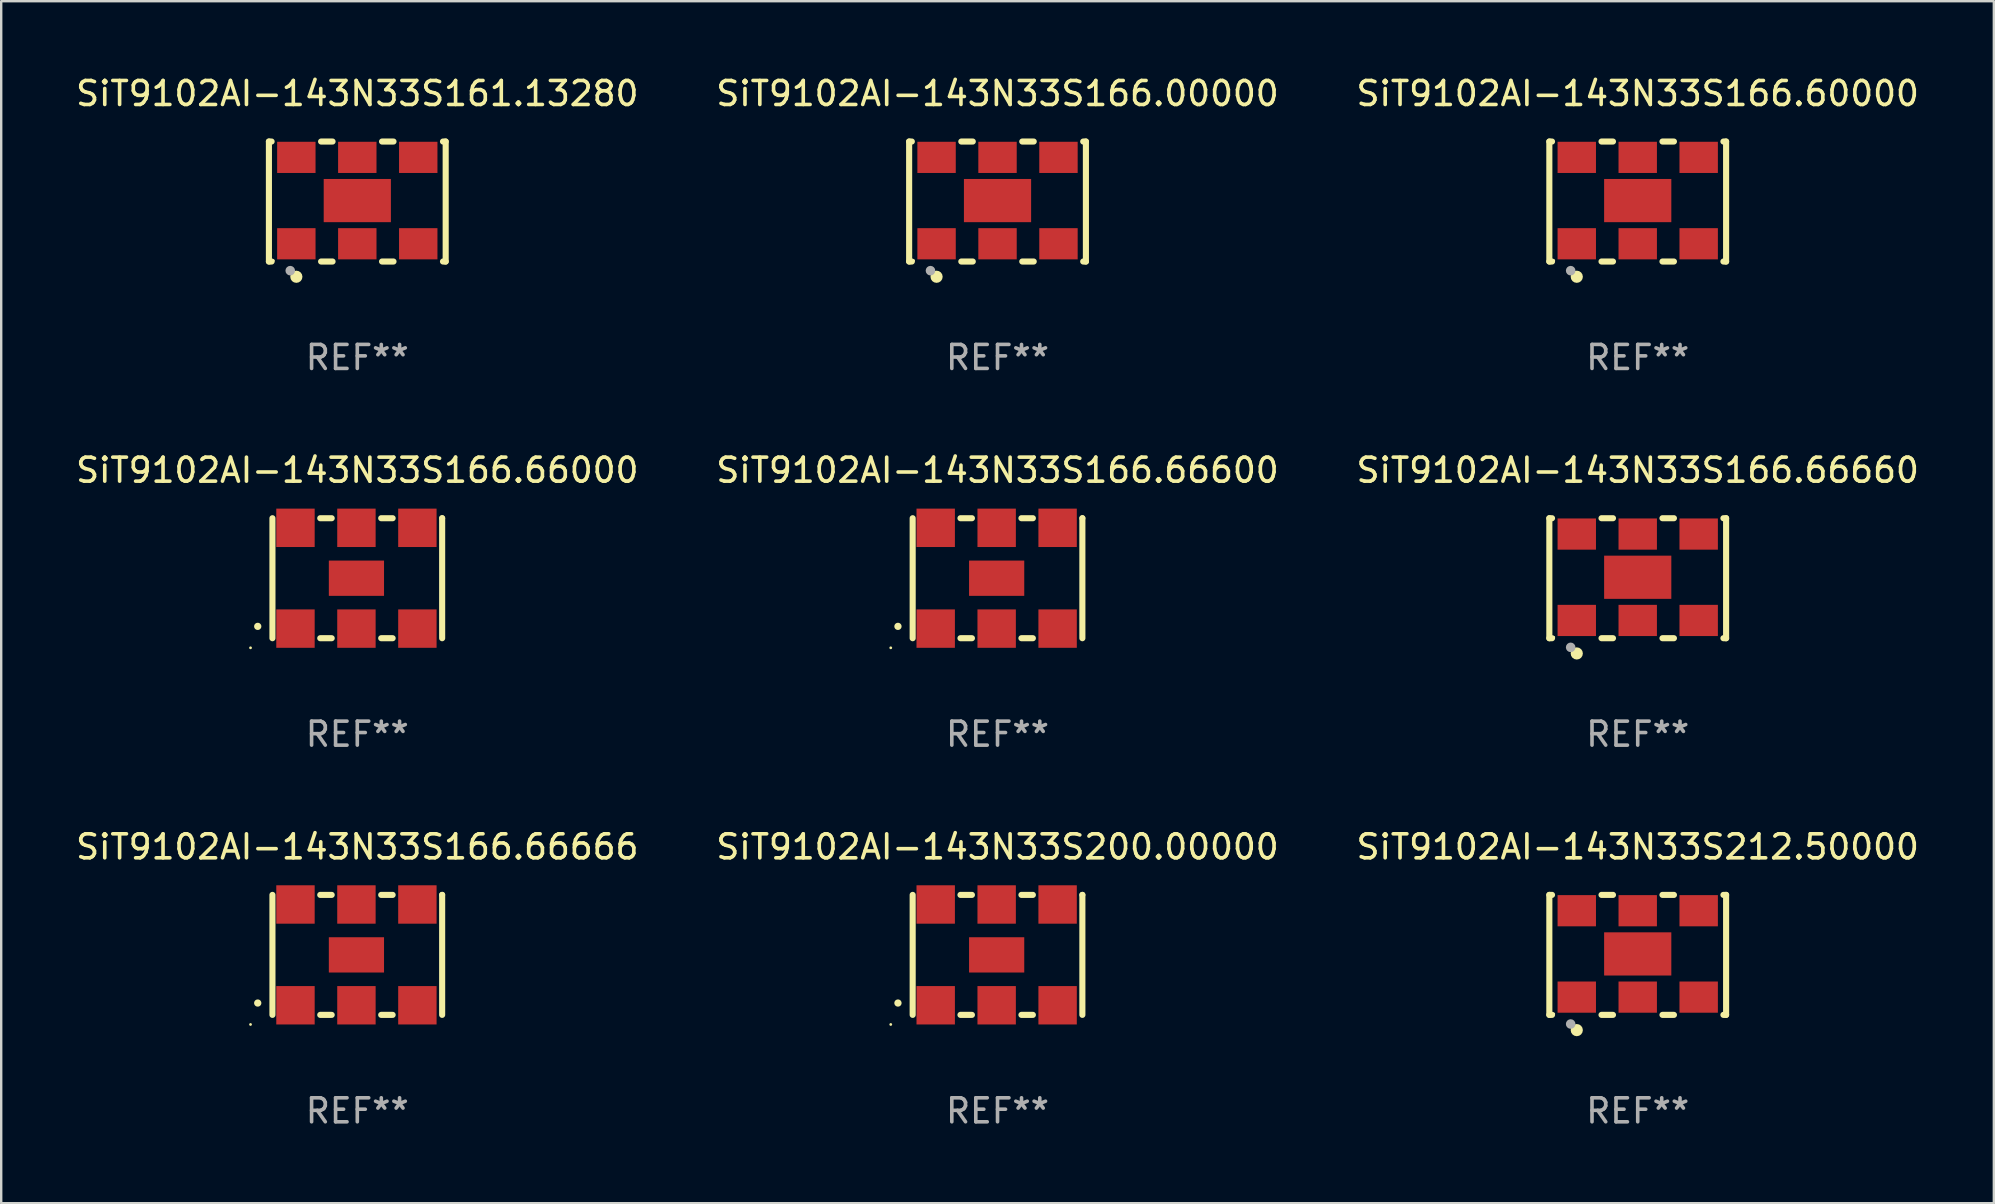
<source format=kicad_pcb>
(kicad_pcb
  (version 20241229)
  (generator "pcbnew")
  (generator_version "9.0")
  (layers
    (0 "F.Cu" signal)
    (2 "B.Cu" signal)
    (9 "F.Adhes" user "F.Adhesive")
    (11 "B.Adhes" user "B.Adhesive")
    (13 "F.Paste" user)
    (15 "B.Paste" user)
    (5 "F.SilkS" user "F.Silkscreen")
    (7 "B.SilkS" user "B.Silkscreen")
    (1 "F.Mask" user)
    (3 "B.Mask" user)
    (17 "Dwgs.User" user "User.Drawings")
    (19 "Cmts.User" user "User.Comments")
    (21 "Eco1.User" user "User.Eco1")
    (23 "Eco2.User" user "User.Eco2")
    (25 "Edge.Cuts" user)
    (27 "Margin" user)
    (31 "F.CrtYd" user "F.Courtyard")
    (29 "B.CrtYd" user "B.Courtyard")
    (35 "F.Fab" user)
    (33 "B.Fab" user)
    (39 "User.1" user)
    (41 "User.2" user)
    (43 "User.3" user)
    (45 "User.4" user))
  (footprint "SiT9102AI-143N33S212.50000"
    (layer "F.Cu")
    (at 65.196 36.741)
    (property "Reference" "SiT9102AI-143N33S212.50000" (at 0 -4.5 0) (layer "F.SilkS") (effects (font (size 1 1) (thickness 0.15))))
    (attr through_hole)
    (fp_line (start -3.683 -2.5) (end -3.571 -2.5) (stroke (width 0.254) (type solid)) (layer "F.SilkS"))
    (fp_line (start -3.683 2.5) (end -3.683 -2.5) (stroke (width 0.254) (type solid)) (layer "F.SilkS"))
    (fp_line (start -3.683 2.5) (end -3.571 2.5) (stroke (width 0.254) (type solid)) (layer "F.SilkS"))
    (fp_line (start -1.509 -2.5) (end -1.031 -2.5) (stroke (width 0.254) (type solid)) (layer "F.SilkS"))
    (fp_line (start -1.509 2.5) (end -1.031 2.5) (stroke (width 0.254) (type solid)) (layer "F.SilkS"))
    (fp_line (start 1.031 -2.5) (end 1.509 -2.5) (stroke (width 0.254) (type solid)) (layer "F.SilkS"))
    (fp_line (start 1.031 2.5) (end 1.509 2.5) (stroke (width 0.254) (type solid)) (layer "F.SilkS"))
    (fp_line (start 3.571 -2.5) (end 3.683 -2.5) (stroke (width 0.254) (type solid)) (layer "F.SilkS"))
    (fp_line (start 3.571 2.5) (end 3.683 2.5) (stroke (width 0.254) (type solid)) (layer "F.SilkS"))
    (fp_line (start 3.683 2.5) (end 3.683 -2.5) (stroke (width 0.254) (type solid)) (layer "F.SilkS"))
    (fp_circle (center -3.5 2.46) (end -3.47 2.46) (stroke (width 0.06) (type solid)) (fill no) (layer "F.SilkS"))
    (fp_circle (center -2.54 3.135) (end -2.413 3.135) (stroke (width 0.254) (type solid)) (fill no) (layer "F.SilkS"))
    (fp_circle (center -2.794 2.881) (end -2.694 2.881) (stroke (width 0.2) (type solid)) (fill no) (layer "F.Fab"))
    (fp_text user "REF**" (at 0 6.5 0) (layer "F.Fab") (effects (font (size 1 1) (thickness 0.15))))
    (pad "1" smd rect (at -2.54 1.76) (size 1.6 1.3) (layers "F.Cu" "F.Mask" "F.Paste"))
    (pad "2" smd rect (at 0 1.76) (size 1.6 1.3) (layers "F.Cu" "F.Mask" "F.Paste"))
    (pad "3" smd rect (at 2.54 1.76) (size 1.6 1.3) (layers "F.Cu" "F.Mask" "F.Paste"))
    (pad "4" smd rect (at 2.54 -1.84) (size 1.6 1.3) (layers "F.Cu" "F.Mask" "F.Paste"))
    (pad "5" smd rect (at 0 -1.84) (size 1.6 1.3) (layers "F.Cu" "F.Mask" "F.Paste"))
    (pad "6" smd rect (at -2.54 -1.84) (size 1.6 1.3) (layers "F.Cu" "F.Mask" "F.Paste"))
    (pad "7" smd rect (at 0 -0.04) (size 2.8 1.8) (layers "F.Cu" "F.Mask" "F.Paste")))
  (footprint "SiT9102AI-143N33S166.66600"
    (layer "F.Cu")
    (at 38.518 21.045)
    (property "Reference" "SiT9102AI-143N33S166.66600" (at 0 -4.5 0) (layer "F.SilkS") (effects (font (size 1 1) (thickness 0.15))))
    (attr through_hole)
    (fp_line (start -3.536 -2.5) (end -3.536 2.5) (stroke (width 0.254) (type solid)) (layer "F.SilkS"))
    (fp_line (start -1.544 2.5) (end -1.067 2.5) (stroke (width 0.254) (type solid)) (layer "F.SilkS"))
    (fp_line (start -1.067 -2.5) (end -1.544 -2.5) (stroke (width 0.254) (type solid)) (layer "F.SilkS"))
    (fp_line (start 0.996 2.5) (end 1.473 2.5) (stroke (width 0.254) (type solid)) (layer "F.SilkS"))
    (fp_line (start 1.473 -2.5) (end 0.996 -2.5) (stroke (width 0.254) (type solid)) (layer "F.SilkS"))
    (fp_line (start 3.536 -2.5) (end 3.536 -2.5) (stroke (width 0.254) (type solid)) (layer "F.SilkS"))
    (fp_line (start 3.536 2.5) (end 3.536 -2.5) (stroke (width 0.254) (type solid)) (layer "F.SilkS"))
    (fp_arc (start -4.150432 2.006604) (mid -4.149162 2.006599) (end -4.147892 2.006604) (stroke (width 0.3) (type solid)) (layer "F.SilkS"))
    (fp_circle (center -4.449 2.9) (end -4.419 2.9) (stroke (width 0.06) (type solid)) (fill no) (layer "F.SilkS"))
    (fp_text user "REF**" (at 0 6.5 0) (layer "F.Fab") (effects (font (size 1 1) (thickness 0.15))))
    (pad "1" smd rect (at -2.576 2.1) (size 1.6 1.6) (layers "F.Cu" "F.Mask" "F.Paste"))
    (pad "2" smd rect (at -0.036 2.1) (size 1.6 1.6) (layers "F.Cu" "F.Mask" "F.Paste"))
    (pad "3" smd rect (at 2.504 2.1) (size 1.6 1.6) (layers "F.Cu" "F.Mask" "F.Paste"))
    (pad "4" smd rect (at 2.504 -2.1) (size 1.6 1.6) (layers "F.Cu" "F.Mask" "F.Paste"))
    (pad "5" smd rect (at -0.036 -2.1) (size 1.6 1.6) (layers "F.Cu" "F.Mask" "F.Paste"))
    (pad "6" smd rect (at -2.576 -2.1) (size 1.6 1.6) (layers "F.Cu" "F.Mask" "F.Paste"))
    (pad "7" smd rect (at -0.036 0) (size 2.3 1.47) (layers "F.Cu" "F.Mask" "F.Paste")))
  (footprint "SiT9102AI-143N33S166.66666"
    (layer "F.Cu")
    (at 11.839 36.741)
    (property "Reference" "SiT9102AI-143N33S166.66666" (at 0 -4.5 0) (layer "F.SilkS") (effects (font (size 1 1) (thickness 0.15))))
    (attr through_hole)
    (fp_line (start -3.536 -2.5) (end -3.536 2.5) (stroke (width 0.254) (type solid)) (layer "F.SilkS"))
    (fp_line (start -1.544 2.5) (end -1.067 2.5) (stroke (width 0.254) (type solid)) (layer "F.SilkS"))
    (fp_line (start -1.067 -2.5) (end -1.544 -2.5) (stroke (width 0.254) (type solid)) (layer "F.SilkS"))
    (fp_line (start 0.996 2.5) (end 1.473 2.5) (stroke (width 0.254) (type solid)) (layer "F.SilkS"))
    (fp_line (start 1.473 -2.5) (end 0.996 -2.5) (stroke (width 0.254) (type solid)) (layer "F.SilkS"))
    (fp_line (start 3.536 -2.5) (end 3.536 -2.5) (stroke (width 0.254) (type solid)) (layer "F.SilkS"))
    (fp_line (start 3.536 2.5) (end 3.536 -2.5) (stroke (width 0.254) (type solid)) (layer "F.SilkS"))
    (fp_arc (start -4.150432 2.006604) (mid -4.149162 2.006599) (end -4.147892 2.006604) (stroke (width 0.3) (type solid)) (layer "F.SilkS"))
    (fp_circle (center -4.449 2.9) (end -4.419 2.9) (stroke (width 0.06) (type solid)) (fill no) (layer "F.SilkS"))
    (fp_text user "REF**" (at 0 6.5 0) (layer "F.Fab") (effects (font (size 1 1) (thickness 0.15))))
    (pad "1" smd rect (at -2.576 2.1) (size 1.6 1.6) (layers "F.Cu" "F.Mask" "F.Paste"))
    (pad "2" smd rect (at -0.036 2.1) (size 1.6 1.6) (layers "F.Cu" "F.Mask" "F.Paste"))
    (pad "3" smd rect (at 2.504 2.1) (size 1.6 1.6) (layers "F.Cu" "F.Mask" "F.Paste"))
    (pad "4" smd rect (at 2.504 -2.1) (size 1.6 1.6) (layers "F.Cu" "F.Mask" "F.Paste"))
    (pad "5" smd rect (at -0.036 -2.1) (size 1.6 1.6) (layers "F.Cu" "F.Mask" "F.Paste"))
    (pad "6" smd rect (at -2.576 -2.1) (size 1.6 1.6) (layers "F.Cu" "F.Mask" "F.Paste"))
    (pad "7" smd rect (at -0.036 0) (size 2.3 1.47) (layers "F.Cu" "F.Mask" "F.Paste")))
  (footprint "SiT9102AI-143N33S200.00000"
    (layer "F.Cu")
    (at 38.518 36.741)
    (property "Reference" "SiT9102AI-143N33S200.00000" (at 0 -4.5 0) (layer "F.SilkS") (effects (font (size 1 1) (thickness 0.15))))
    (attr through_hole)
    (fp_line (start -3.536 -2.5) (end -3.536 2.5) (stroke (width 0.254) (type solid)) (layer "F.SilkS"))
    (fp_line (start -1.544 2.5) (end -1.067 2.5) (stroke (width 0.254) (type solid)) (layer "F.SilkS"))
    (fp_line (start -1.067 -2.5) (end -1.544 -2.5) (stroke (width 0.254) (type solid)) (layer "F.SilkS"))
    (fp_line (start 0.996 2.5) (end 1.473 2.5) (stroke (width 0.254) (type solid)) (layer "F.SilkS"))
    (fp_line (start 1.473 -2.5) (end 0.996 -2.5) (stroke (width 0.254) (type solid)) (layer "F.SilkS"))
    (fp_line (start 3.536 -2.5) (end 3.536 -2.5) (stroke (width 0.254) (type solid)) (layer "F.SilkS"))
    (fp_line (start 3.536 2.5) (end 3.536 -2.5) (stroke (width 0.254) (type solid)) (layer "F.SilkS"))
    (fp_arc (start -4.150432 2.006604) (mid -4.149162 2.006599) (end -4.147892 2.006604) (stroke (width 0.3) (type solid)) (layer "F.SilkS"))
    (fp_circle (center -4.449 2.9) (end -4.419 2.9) (stroke (width 0.06) (type solid)) (fill no) (layer "F.SilkS"))
    (fp_text user "REF**" (at 0 6.5 0) (layer "F.Fab") (effects (font (size 1 1) (thickness 0.15))))
    (pad "1" smd rect (at -2.576 2.1) (size 1.6 1.6) (layers "F.Cu" "F.Mask" "F.Paste"))
    (pad "2" smd rect (at -0.036 2.1) (size 1.6 1.6) (layers "F.Cu" "F.Mask" "F.Paste"))
    (pad "3" smd rect (at 2.504 2.1) (size 1.6 1.6) (layers "F.Cu" "F.Mask" "F.Paste"))
    (pad "4" smd rect (at 2.504 -2.1) (size 1.6 1.6) (layers "F.Cu" "F.Mask" "F.Paste"))
    (pad "5" smd rect (at -0.036 -2.1) (size 1.6 1.6) (layers "F.Cu" "F.Mask" "F.Paste"))
    (pad "6" smd rect (at -2.576 -2.1) (size 1.6 1.6) (layers "F.Cu" "F.Mask" "F.Paste"))
    (pad "7" smd rect (at -0.036 0) (size 2.3 1.47) (layers "F.Cu" "F.Mask" "F.Paste")))
  (footprint "SiT9102AI-143N33S166.66660"
    (layer "F.Cu")
    (at 65.196 21.045)
    (property "Reference" "SiT9102AI-143N33S166.66660" (at 0 -4.5 0) (layer "F.SilkS") (effects (font (size 1 1) (thickness 0.15))))
    (attr through_hole)
    (fp_line (start -3.683 -2.5) (end -3.571 -2.5) (stroke (width 0.254) (type solid)) (layer "F.SilkS"))
    (fp_line (start -3.683 2.5) (end -3.683 -2.5) (stroke (width 0.254) (type solid)) (layer "F.SilkS"))
    (fp_line (start -3.683 2.5) (end -3.571 2.5) (stroke (width 0.254) (type solid)) (layer "F.SilkS"))
    (fp_line (start -1.509 -2.5) (end -1.031 -2.5) (stroke (width 0.254) (type solid)) (layer "F.SilkS"))
    (fp_line (start -1.509 2.5) (end -1.031 2.5) (stroke (width 0.254) (type solid)) (layer "F.SilkS"))
    (fp_line (start 1.031 -2.5) (end 1.509 -2.5) (stroke (width 0.254) (type solid)) (layer "F.SilkS"))
    (fp_line (start 1.031 2.5) (end 1.509 2.5) (stroke (width 0.254) (type solid)) (layer "F.SilkS"))
    (fp_line (start 3.571 -2.5) (end 3.683 -2.5) (stroke (width 0.254) (type solid)) (layer "F.SilkS"))
    (fp_line (start 3.571 2.5) (end 3.683 2.5) (stroke (width 0.254) (type solid)) (layer "F.SilkS"))
    (fp_line (start 3.683 2.5) (end 3.683 -2.5) (stroke (width 0.254) (type solid)) (layer "F.SilkS"))
    (fp_circle (center -3.5 2.46) (end -3.47 2.46) (stroke (width 0.06) (type solid)) (fill no) (layer "F.SilkS"))
    (fp_circle (center -2.54 3.135) (end -2.413 3.135) (stroke (width 0.254) (type solid)) (fill no) (layer "F.SilkS"))
    (fp_circle (center -2.794 2.881) (end -2.694 2.881) (stroke (width 0.2) (type solid)) (fill no) (layer "F.Fab"))
    (fp_text user "REF**" (at 0 6.5 0) (layer "F.Fab") (effects (font (size 1 1) (thickness 0.15))))
    (pad "1" smd rect (at -2.54 1.76) (size 1.6 1.3) (layers "F.Cu" "F.Mask" "F.Paste"))
    (pad "2" smd rect (at 0 1.76) (size 1.6 1.3) (layers "F.Cu" "F.Mask" "F.Paste"))
    (pad "3" smd rect (at 2.54 1.76) (size 1.6 1.3) (layers "F.Cu" "F.Mask" "F.Paste"))
    (pad "4" smd rect (at 2.54 -1.84) (size 1.6 1.3) (layers "F.Cu" "F.Mask" "F.Paste"))
    (pad "5" smd rect (at 0 -1.84) (size 1.6 1.3) (layers "F.Cu" "F.Mask" "F.Paste"))
    (pad "6" smd rect (at -2.54 -1.84) (size 1.6 1.3) (layers "F.Cu" "F.Mask" "F.Paste"))
    (pad "7" smd rect (at 0 -0.04) (size 2.8 1.8) (layers "F.Cu" "F.Mask" "F.Paste")))
  (footprint "SiT9102AI-143N33S161.13280"
    (layer "F.Cu")
    (at 11.839 5.348)
    (property "Reference" "SiT9102AI-143N33S161.13280" (at 0 -4.5 0) (layer "F.SilkS") (effects (font (size 1 1) (thickness 0.15))))
    (attr through_hole)
    (fp_line (start -3.683 -2.5) (end -3.571 -2.5) (stroke (width 0.254) (type solid)) (layer "F.SilkS"))
    (fp_line (start -3.683 2.5) (end -3.683 -2.5) (stroke (width 0.254) (type solid)) (layer "F.SilkS"))
    (fp_line (start -3.683 2.5) (end -3.571 2.5) (stroke (width 0.254) (type solid)) (layer "F.SilkS"))
    (fp_line (start -1.509 -2.5) (end -1.031 -2.5) (stroke (width 0.254) (type solid)) (layer "F.SilkS"))
    (fp_line (start -1.509 2.5) (end -1.031 2.5) (stroke (width 0.254) (type solid)) (layer "F.SilkS"))
    (fp_line (start 1.031 -2.5) (end 1.509 -2.5) (stroke (width 0.254) (type solid)) (layer "F.SilkS"))
    (fp_line (start 1.031 2.5) (end 1.509 2.5) (stroke (width 0.254) (type solid)) (layer "F.SilkS"))
    (fp_line (start 3.571 -2.5) (end 3.683 -2.5) (stroke (width 0.254) (type solid)) (layer "F.SilkS"))
    (fp_line (start 3.571 2.5) (end 3.683 2.5) (stroke (width 0.254) (type solid)) (layer "F.SilkS"))
    (fp_line (start 3.683 2.5) (end 3.683 -2.5) (stroke (width 0.254) (type solid)) (layer "F.SilkS"))
    (fp_circle (center -3.5 2.46) (end -3.47 2.46) (stroke (width 0.06) (type solid)) (fill no) (layer "F.SilkS"))
    (fp_circle (center -2.54 3.135) (end -2.413 3.135) (stroke (width 0.254) (type solid)) (fill no) (layer "F.SilkS"))
    (fp_circle (center -2.794 2.881) (end -2.694 2.881) (stroke (width 0.2) (type solid)) (fill no) (layer "F.Fab"))
    (fp_text user "REF**" (at 0 6.5 0) (layer "F.Fab") (effects (font (size 1 1) (thickness 0.15))))
    (pad "1" smd rect (at -2.54 1.76) (size 1.6 1.3) (layers "F.Cu" "F.Mask" "F.Paste"))
    (pad "2" smd rect (at 0 1.76) (size 1.6 1.3) (layers "F.Cu" "F.Mask" "F.Paste"))
    (pad "3" smd rect (at 2.54 1.76) (size 1.6 1.3) (layers "F.Cu" "F.Mask" "F.Paste"))
    (pad "4" smd rect (at 2.54 -1.84) (size 1.6 1.3) (layers "F.Cu" "F.Mask" "F.Paste"))
    (pad "5" smd rect (at 0 -1.84) (size 1.6 1.3) (layers "F.Cu" "F.Mask" "F.Paste"))
    (pad "6" smd rect (at -2.54 -1.84) (size 1.6 1.3) (layers "F.Cu" "F.Mask" "F.Paste"))
    (pad "7" smd rect (at 0 -0.04) (size 2.8 1.8) (layers "F.Cu" "F.Mask" "F.Paste")))
  (footprint "SiT9102AI-143N33S166.66000"
    (layer "F.Cu")
    (at 11.839 21.045)
    (property "Reference" "SiT9102AI-143N33S166.66000" (at 0 -4.5 0) (layer "F.SilkS") (effects (font (size 1 1) (thickness 0.15))))
    (attr through_hole)
    (fp_line (start -3.536 -2.5) (end -3.536 2.5) (stroke (width 0.254) (type solid)) (layer "F.SilkS"))
    (fp_line (start -1.544 2.5) (end -1.067 2.5) (stroke (width 0.254) (type solid)) (layer "F.SilkS"))
    (fp_line (start -1.067 -2.5) (end -1.544 -2.5) (stroke (width 0.254) (type solid)) (layer "F.SilkS"))
    (fp_line (start 0.996 2.5) (end 1.473 2.5) (stroke (width 0.254) (type solid)) (layer "F.SilkS"))
    (fp_line (start 1.473 -2.5) (end 0.996 -2.5) (stroke (width 0.254) (type solid)) (layer "F.SilkS"))
    (fp_line (start 3.536 -2.5) (end 3.536 -2.5) (stroke (width 0.254) (type solid)) (layer "F.SilkS"))
    (fp_line (start 3.536 2.5) (end 3.536 -2.5) (stroke (width 0.254) (type solid)) (layer "F.SilkS"))
    (fp_arc (start -4.150432 2.006604) (mid -4.149162 2.006599) (end -4.147892 2.006604) (stroke (width 0.3) (type solid)) (layer "F.SilkS"))
    (fp_circle (center -4.449 2.9) (end -4.419 2.9) (stroke (width 0.06) (type solid)) (fill no) (layer "F.SilkS"))
    (fp_text user "REF**" (at 0 6.5 0) (layer "F.Fab") (effects (font (size 1 1) (thickness 0.15))))
    (pad "1" smd rect (at -2.576 2.1) (size 1.6 1.6) (layers "F.Cu" "F.Mask" "F.Paste"))
    (pad "2" smd rect (at -0.036 2.1) (size 1.6 1.6) (layers "F.Cu" "F.Mask" "F.Paste"))
    (pad "3" smd rect (at 2.504 2.1) (size 1.6 1.6) (layers "F.Cu" "F.Mask" "F.Paste"))
    (pad "4" smd rect (at 2.504 -2.1) (size 1.6 1.6) (layers "F.Cu" "F.Mask" "F.Paste"))
    (pad "5" smd rect (at -0.036 -2.1) (size 1.6 1.6) (layers "F.Cu" "F.Mask" "F.Paste"))
    (pad "6" smd rect (at -2.576 -2.1) (size 1.6 1.6) (layers "F.Cu" "F.Mask" "F.Paste"))
    (pad "7" smd rect (at -0.036 0) (size 2.3 1.47) (layers "F.Cu" "F.Mask" "F.Paste")))
  (footprint "SiT9102AI-143N33S166.60000"
    (layer "F.Cu")
    (at 65.196 5.348)
    (property "Reference" "SiT9102AI-143N33S166.60000" (at 0 -4.5 0) (layer "F.SilkS") (effects (font (size 1 1) (thickness 0.15))))
    (attr through_hole)
    (fp_line (start -3.683 -2.5) (end -3.571 -2.5) (stroke (width 0.254) (type solid)) (layer "F.SilkS"))
    (fp_line (start -3.683 2.5) (end -3.683 -2.5) (stroke (width 0.254) (type solid)) (layer "F.SilkS"))
    (fp_line (start -3.683 2.5) (end -3.571 2.5) (stroke (width 0.254) (type solid)) (layer "F.SilkS"))
    (fp_line (start -1.509 -2.5) (end -1.031 -2.5) (stroke (width 0.254) (type solid)) (layer "F.SilkS"))
    (fp_line (start -1.509 2.5) (end -1.031 2.5) (stroke (width 0.254) (type solid)) (layer "F.SilkS"))
    (fp_line (start 1.031 -2.5) (end 1.509 -2.5) (stroke (width 0.254) (type solid)) (layer "F.SilkS"))
    (fp_line (start 1.031 2.5) (end 1.509 2.5) (stroke (width 0.254) (type solid)) (layer "F.SilkS"))
    (fp_line (start 3.571 -2.5) (end 3.683 -2.5) (stroke (width 0.254) (type solid)) (layer "F.SilkS"))
    (fp_line (start 3.571 2.5) (end 3.683 2.5) (stroke (width 0.254) (type solid)) (layer "F.SilkS"))
    (fp_line (start 3.683 2.5) (end 3.683 -2.5) (stroke (width 0.254) (type solid)) (layer "F.SilkS"))
    (fp_circle (center -3.5 2.46) (end -3.47 2.46) (stroke (width 0.06) (type solid)) (fill no) (layer "F.SilkS"))
    (fp_circle (center -2.54 3.135) (end -2.413 3.135) (stroke (width 0.254) (type solid)) (fill no) (layer "F.SilkS"))
    (fp_circle (center -2.794 2.881) (end -2.694 2.881) (stroke (width 0.2) (type solid)) (fill no) (layer "F.Fab"))
    (fp_text user "REF**" (at 0 6.5 0) (layer "F.Fab") (effects (font (size 1 1) (thickness 0.15))))
    (pad "1" smd rect (at -2.54 1.76) (size 1.6 1.3) (layers "F.Cu" "F.Mask" "F.Paste"))
    (pad "2" smd rect (at 0 1.76) (size 1.6 1.3) (layers "F.Cu" "F.Mask" "F.Paste"))
    (pad "3" smd rect (at 2.54 1.76) (size 1.6 1.3) (layers "F.Cu" "F.Mask" "F.Paste"))
    (pad "4" smd rect (at 2.54 -1.84) (size 1.6 1.3) (layers "F.Cu" "F.Mask" "F.Paste"))
    (pad "5" smd rect (at 0 -1.84) (size 1.6 1.3) (layers "F.Cu" "F.Mask" "F.Paste"))
    (pad "6" smd rect (at -2.54 -1.84) (size 1.6 1.3) (layers "F.Cu" "F.Mask" "F.Paste"))
    (pad "7" smd rect (at 0 -0.04) (size 2.8 1.8) (layers "F.Cu" "F.Mask" "F.Paste")))
  (footprint "SiT9102AI-143N33S166.00000"
    (layer "F.Cu")
    (at 38.518 5.348)
    (property "Reference" "SiT9102AI-143N33S166.00000" (at 0 -4.5 0) (layer "F.SilkS") (effects (font (size 1 1) (thickness 0.15))))
    (attr through_hole)
    (fp_line (start -3.683 -2.5) (end -3.571 -2.5) (stroke (width 0.254) (type solid)) (layer "F.SilkS"))
    (fp_line (start -3.683 2.5) (end -3.683 -2.5) (stroke (width 0.254) (type solid)) (layer "F.SilkS"))
    (fp_line (start -3.683 2.5) (end -3.571 2.5) (stroke (width 0.254) (type solid)) (layer "F.SilkS"))
    (fp_line (start -1.509 -2.5) (end -1.031 -2.5) (stroke (width 0.254) (type solid)) (layer "F.SilkS"))
    (fp_line (start -1.509 2.5) (end -1.031 2.5) (stroke (width 0.254) (type solid)) (layer "F.SilkS"))
    (fp_line (start 1.031 -2.5) (end 1.509 -2.5) (stroke (width 0.254) (type solid)) (layer "F.SilkS"))
    (fp_line (start 1.031 2.5) (end 1.509 2.5) (stroke (width 0.254) (type solid)) (layer "F.SilkS"))
    (fp_line (start 3.571 -2.5) (end 3.683 -2.5) (stroke (width 0.254) (type solid)) (layer "F.SilkS"))
    (fp_line (start 3.571 2.5) (end 3.683 2.5) (stroke (width 0.254) (type solid)) (layer "F.SilkS"))
    (fp_line (start 3.683 2.5) (end 3.683 -2.5) (stroke (width 0.254) (type solid)) (layer "F.SilkS"))
    (fp_circle (center -3.5 2.46) (end -3.47 2.46) (stroke (width 0.06) (type solid)) (fill no) (layer "F.SilkS"))
    (fp_circle (center -2.54 3.135) (end -2.413 3.135) (stroke (width 0.254) (type solid)) (fill no) (layer "F.SilkS"))
    (fp_circle (center -2.794 2.881) (end -2.694 2.881) (stroke (width 0.2) (type solid)) (fill no) (layer "F.Fab"))
    (fp_text user "REF**" (at 0 6.5 0) (layer "F.Fab") (effects (font (size 1 1) (thickness 0.15))))
    (pad "1" smd rect (at -2.54 1.76) (size 1.6 1.3) (layers "F.Cu" "F.Mask" "F.Paste"))
    (pad "2" smd rect (at 0 1.76) (size 1.6 1.3) (layers "F.Cu" "F.Mask" "F.Paste"))
    (pad "3" smd rect (at 2.54 1.76) (size 1.6 1.3) (layers "F.Cu" "F.Mask" "F.Paste"))
    (pad "4" smd rect (at 2.54 -1.84) (size 1.6 1.3) (layers "F.Cu" "F.Mask" "F.Paste"))
    (pad "5" smd rect (at 0 -1.84) (size 1.6 1.3) (layers "F.Cu" "F.Mask" "F.Paste"))
    (pad "6" smd rect (at -2.54 -1.84) (size 1.6 1.3) (layers "F.Cu" "F.Mask" "F.Paste"))
    (pad "7" smd rect (at 0 -0.04) (size 2.8 1.8) (layers "F.Cu" "F.Mask" "F.Paste")))
  (gr_rect
    (start -3 -3)
    (end 80.036 47.09)
    (stroke (width 0.1) (type default))
    (fill no)
    (layer "Edge.Cuts")))
</source>
